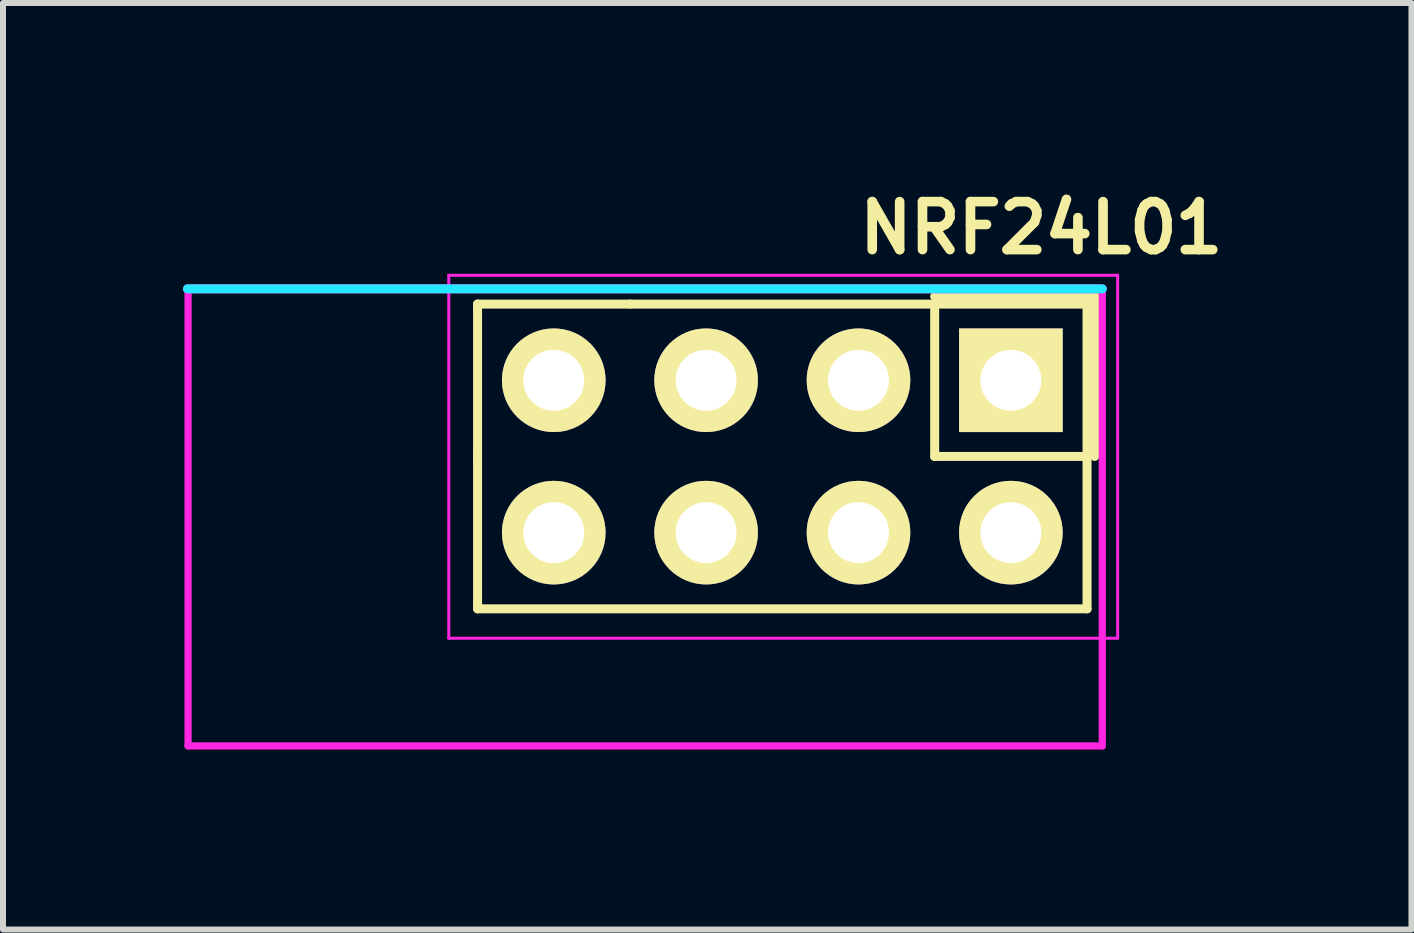
<source format=kicad_pcb>
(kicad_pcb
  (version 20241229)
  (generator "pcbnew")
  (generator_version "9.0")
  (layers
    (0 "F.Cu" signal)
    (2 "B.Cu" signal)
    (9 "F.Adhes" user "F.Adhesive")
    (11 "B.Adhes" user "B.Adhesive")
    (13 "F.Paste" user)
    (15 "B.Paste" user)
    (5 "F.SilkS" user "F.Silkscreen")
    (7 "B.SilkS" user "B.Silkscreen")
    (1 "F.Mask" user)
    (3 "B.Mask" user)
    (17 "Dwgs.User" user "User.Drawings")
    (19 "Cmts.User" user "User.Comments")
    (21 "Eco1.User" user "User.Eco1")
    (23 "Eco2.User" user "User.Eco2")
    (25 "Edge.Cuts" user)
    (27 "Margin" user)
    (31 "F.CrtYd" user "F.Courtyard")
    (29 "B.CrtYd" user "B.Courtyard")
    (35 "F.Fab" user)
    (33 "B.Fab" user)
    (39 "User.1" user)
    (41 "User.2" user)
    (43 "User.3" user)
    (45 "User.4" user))
  (footprint "NRF24L01"
    (layer "F.Cu")
    (at 15.325 1.765)
    (property "Reference" "NRF24L01" (at -1.016 -1.016 0) (layer "F.SilkS") (effects (font (size 0.8 0.8) (thickness 0.16))))
    (attr through_hole)
    (fp_line (start -10.414 0.254) (end -10.414 2.794) (stroke (width 0.15) (type solid)) (layer "F.SilkS"))
    (fp_line (start -10.414 5.334) (end -10.414 2.794) (stroke (width 0.15) (type solid)) (layer "F.SilkS"))
    (fp_line (start -7.874 0.254) (end -10.414 0.254) (stroke (width 0.15) (type solid)) (layer "F.SilkS"))
    (fp_line (start -7.874 0.254) (end -0.254 0.254) (stroke (width 0.15) (type solid)) (layer "F.SilkS"))
    (fp_line (start -2.794 0.127) (end -0.127 0.127) (stroke (width 0.15) (type solid)) (layer "F.SilkS"))
    (fp_line (start -2.794 0.254) (end -2.794 2.794) (stroke (width 0.15) (type solid)) (layer "F.SilkS"))
    (fp_line (start -2.794 2.794) (end -0.254 2.794) (stroke (width 0.15) (type solid)) (layer "F.SilkS"))
    (fp_line (start -0.254 0.254) (end -0.254 5.334) (stroke (width 0.15) (type solid)) (layer "F.SilkS"))
    (fp_line (start -0.254 5.334) (end -10.414 5.334) (stroke (width 0.15) (type solid)) (layer "F.SilkS"))
    (fp_line (start -0.127 0.127) (end -0.127 2.794) (stroke (width 0.15) (type solid)) (layer "F.SilkS"))
    (fp_line (start 0 0) (end -15.25 0) (stroke (width 0.15) (type solid)) (layer "B.CrtYd"))
    (fp_line (start -15.24 0) (end -15.24 7.62) (stroke (width 0.12) (type solid)) (layer "F.CrtYd"))
    (fp_line (start -15.24 7.62) (end 0 7.62) (stroke (width 0.12) (type solid)) (layer "F.CrtYd"))
    (fp_line (start -10.894 -0.226) (end -10.894 5.824) (stroke (width 0.05) (type solid)) (layer "F.CrtYd"))
    (fp_line (start -10.894 -0.226) (end 0.256 -0.226) (stroke (width 0.05) (type solid)) (layer "F.CrtYd"))
    (fp_line (start -10.894 5.824) (end 0.256 5.824) (stroke (width 0.05) (type solid)) (layer "F.CrtYd"))
    (fp_line (start 0 0) (end -15.25 0) (stroke (width 0.15) (type solid)) (layer "F.CrtYd"))
    (fp_line (start 0 7.62) (end 0 0) (stroke (width 0.12) (type solid)) (layer "F.CrtYd"))
    (fp_line (start 0.256 -0.226) (end 0.256 5.824) (stroke (width 0.05) (type solid)) (layer "F.CrtYd"))
    (pad "1" thru_hole rect (at -1.524 1.524) (size 1.727 1.727) (drill 1.016) (layers "*.Cu" "*.Mask" "F.SilkS"))
    (pad "2" thru_hole oval (at -1.524 4.064) (size 1.727 1.727) (drill 1.016) (layers "*.Cu" "*.Mask" "F.SilkS"))
    (pad "3" thru_hole oval (at -4.064 1.524) (size 1.727 1.727) (drill 1.016) (layers "*.Cu" "*.Mask" "F.SilkS"))
    (pad "4" thru_hole oval (at -4.064 4.064) (size 1.727 1.727) (drill 1.016) (layers "*.Cu" "*.Mask" "F.SilkS"))
    (pad "5" thru_hole oval (at -6.604 1.524) (size 1.727 1.727) (drill 1.016) (layers "*.Cu" "*.Mask" "F.SilkS"))
    (pad "6" thru_hole oval (at -6.604 4.064) (size 1.727 1.727) (drill 1.016) (layers "*.Cu" "*.Mask" "F.SilkS"))
    (pad "7" thru_hole oval (at -9.144 1.524) (size 1.727 1.727) (drill 1.016) (layers "*.Cu" "*.Mask" "F.SilkS"))
    (pad "8" thru_hole oval (at -9.144 4.064) (size 1.727 1.727) (drill 1.016) (layers "*.Cu" "*.Mask" "F.SilkS")))
  (gr_rect
    (start -3 -3)
    (end 20.479 12.445)
    (stroke (width 0.1) (type default))
    (fill no)
    (layer "Edge.Cuts")))
</source>
